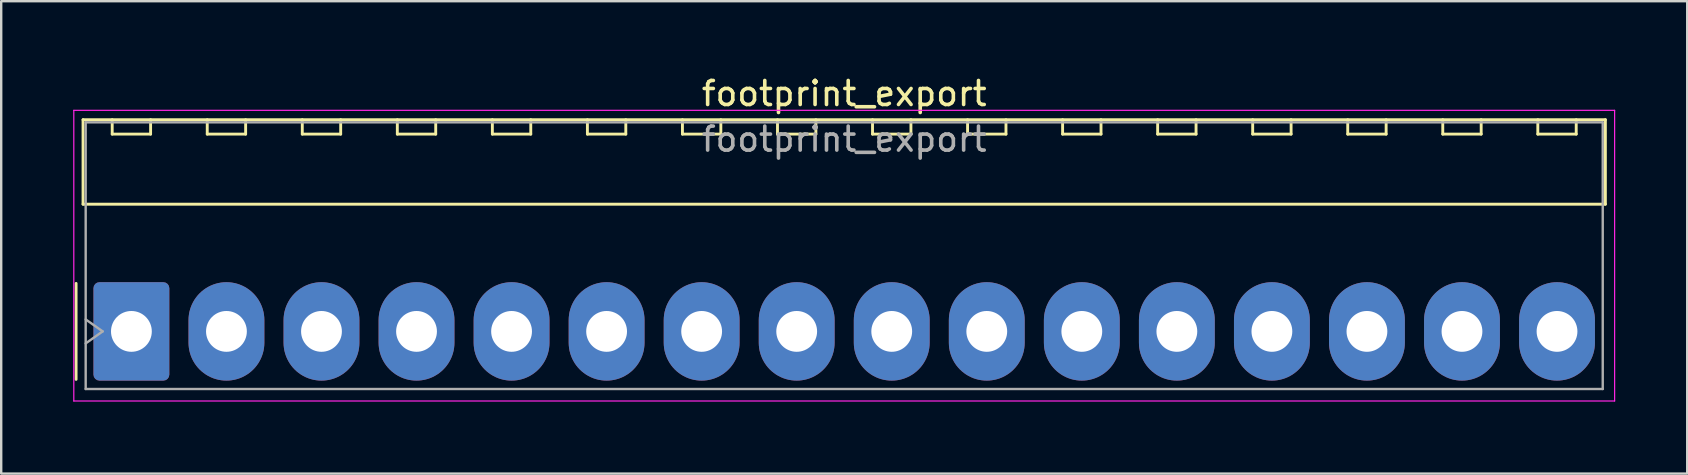
<source format=kicad_pcb>
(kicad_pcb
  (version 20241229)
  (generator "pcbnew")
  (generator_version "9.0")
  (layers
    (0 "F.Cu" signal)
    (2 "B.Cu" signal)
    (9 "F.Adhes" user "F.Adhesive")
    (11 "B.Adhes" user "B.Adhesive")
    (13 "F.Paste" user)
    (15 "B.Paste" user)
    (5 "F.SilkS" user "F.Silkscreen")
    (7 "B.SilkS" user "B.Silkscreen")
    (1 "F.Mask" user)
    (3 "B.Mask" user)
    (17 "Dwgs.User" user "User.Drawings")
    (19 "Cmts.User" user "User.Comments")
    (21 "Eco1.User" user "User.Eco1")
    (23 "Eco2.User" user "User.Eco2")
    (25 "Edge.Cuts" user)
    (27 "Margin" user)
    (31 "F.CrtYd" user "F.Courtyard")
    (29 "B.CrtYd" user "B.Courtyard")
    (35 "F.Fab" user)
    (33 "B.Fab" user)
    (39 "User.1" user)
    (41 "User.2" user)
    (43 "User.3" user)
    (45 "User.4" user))
  (footprint "footprint_export"
    (layer "F.Cu")
    (at 2.425 10.758)
    (property "Reference" "footprint_export" (at 29.7 -9.91 0) (layer "F.SilkS") (effects (font (size 1 1) (thickness 0.15))))
    (attr through_hole)
    (fp_line (start -2.305 -2) (end -2.305 2) (stroke (width 0.12) (type solid)) (layer "F.SilkS"))
    (fp_line (start -2.015 -8.82) (end 61.415 -8.82) (stroke (width 0.12) (type solid)) (layer "F.SilkS"))
    (fp_line (start -2.015 -5.3) (end -2.015 -8.82) (stroke (width 0.12) (type solid)) (layer "F.SilkS"))
    (fp_line (start -0.8 -8.82) (end -0.8 -8.22) (stroke (width 0.12) (type solid)) (layer "F.SilkS"))
    (fp_line (start -0.8 -8.22) (end 0.8 -8.22) (stroke (width 0.12) (type solid)) (layer "F.SilkS"))
    (fp_line (start 0.8 -8.22) (end 0.8 -8.82) (stroke (width 0.12) (type solid)) (layer "F.SilkS"))
    (fp_line (start 3.16 -8.82) (end 3.16 -8.22) (stroke (width 0.12) (type solid)) (layer "F.SilkS"))
    (fp_line (start 3.16 -8.22) (end 4.76 -8.22) (stroke (width 0.12) (type solid)) (layer "F.SilkS"))
    (fp_line (start 4.76 -8.22) (end 4.76 -8.82) (stroke (width 0.12) (type solid)) (layer "F.SilkS"))
    (fp_line (start 7.12 -8.82) (end 7.12 -8.22) (stroke (width 0.12) (type solid)) (layer "F.SilkS"))
    (fp_line (start 7.12 -8.22) (end 8.72 -8.22) (stroke (width 0.12) (type solid)) (layer "F.SilkS"))
    (fp_line (start 8.72 -8.22) (end 8.72 -8.82) (stroke (width 0.12) (type solid)) (layer "F.SilkS"))
    (fp_line (start 11.08 -8.82) (end 11.08 -8.22) (stroke (width 0.12) (type solid)) (layer "F.SilkS"))
    (fp_line (start 11.08 -8.22) (end 12.68 -8.22) (stroke (width 0.12) (type solid)) (layer "F.SilkS"))
    (fp_line (start 12.68 -8.22) (end 12.68 -8.82) (stroke (width 0.12) (type solid)) (layer "F.SilkS"))
    (fp_line (start 15.04 -8.82) (end 15.04 -8.22) (stroke (width 0.12) (type solid)) (layer "F.SilkS"))
    (fp_line (start 15.04 -8.22) (end 16.64 -8.22) (stroke (width 0.12) (type solid)) (layer "F.SilkS"))
    (fp_line (start 16.64 -8.22) (end 16.64 -8.82) (stroke (width 0.12) (type solid)) (layer "F.SilkS"))
    (fp_line (start 19 -8.82) (end 19 -8.22) (stroke (width 0.12) (type solid)) (layer "F.SilkS"))
    (fp_line (start 19 -8.22) (end 20.6 -8.22) (stroke (width 0.12) (type solid)) (layer "F.SilkS"))
    (fp_line (start 20.6 -8.22) (end 20.6 -8.82) (stroke (width 0.12) (type solid)) (layer "F.SilkS"))
    (fp_line (start 22.96 -8.82) (end 22.96 -8.22) (stroke (width 0.12) (type solid)) (layer "F.SilkS"))
    (fp_line (start 22.96 -8.22) (end 24.56 -8.22) (stroke (width 0.12) (type solid)) (layer "F.SilkS"))
    (fp_line (start 24.56 -8.22) (end 24.56 -8.82) (stroke (width 0.12) (type solid)) (layer "F.SilkS"))
    (fp_line (start 26.92 -8.82) (end 26.92 -8.22) (stroke (width 0.12) (type solid)) (layer "F.SilkS"))
    (fp_line (start 26.92 -8.22) (end 28.52 -8.22) (stroke (width 0.12) (type solid)) (layer "F.SilkS"))
    (fp_line (start 28.52 -8.22) (end 28.52 -8.82) (stroke (width 0.12) (type solid)) (layer "F.SilkS"))
    (fp_line (start 30.88 -8.82) (end 30.88 -8.22) (stroke (width 0.12) (type solid)) (layer "F.SilkS"))
    (fp_line (start 30.88 -8.22) (end 32.48 -8.22) (stroke (width 0.12) (type solid)) (layer "F.SilkS"))
    (fp_line (start 32.48 -8.22) (end 32.48 -8.82) (stroke (width 0.12) (type solid)) (layer "F.SilkS"))
    (fp_line (start 34.84 -8.82) (end 34.84 -8.22) (stroke (width 0.12) (type solid)) (layer "F.SilkS"))
    (fp_line (start 34.84 -8.22) (end 36.44 -8.22) (stroke (width 0.12) (type solid)) (layer "F.SilkS"))
    (fp_line (start 36.44 -8.22) (end 36.44 -8.82) (stroke (width 0.12) (type solid)) (layer "F.SilkS"))
    (fp_line (start 38.8 -8.82) (end 38.8 -8.22) (stroke (width 0.12) (type solid)) (layer "F.SilkS"))
    (fp_line (start 38.8 -8.22) (end 40.4 -8.22) (stroke (width 0.12) (type solid)) (layer "F.SilkS"))
    (fp_line (start 40.4 -8.22) (end 40.4 -8.82) (stroke (width 0.12) (type solid)) (layer "F.SilkS"))
    (fp_line (start 42.76 -8.82) (end 42.76 -8.22) (stroke (width 0.12) (type solid)) (layer "F.SilkS"))
    (fp_line (start 42.76 -8.22) (end 44.36 -8.22) (stroke (width 0.12) (type solid)) (layer "F.SilkS"))
    (fp_line (start 44.36 -8.22) (end 44.36 -8.82) (stroke (width 0.12) (type solid)) (layer "F.SilkS"))
    (fp_line (start 46.72 -8.82) (end 46.72 -8.22) (stroke (width 0.12) (type solid)) (layer "F.SilkS"))
    (fp_line (start 46.72 -8.22) (end 48.32 -8.22) (stroke (width 0.12) (type solid)) (layer "F.SilkS"))
    (fp_line (start 48.32 -8.22) (end 48.32 -8.82) (stroke (width 0.12) (type solid)) (layer "F.SilkS"))
    (fp_line (start 50.68 -8.82) (end 50.68 -8.22) (stroke (width 0.12) (type solid)) (layer "F.SilkS"))
    (fp_line (start 50.68 -8.22) (end 52.28 -8.22) (stroke (width 0.12) (type solid)) (layer "F.SilkS"))
    (fp_line (start 52.28 -8.22) (end 52.28 -8.82) (stroke (width 0.12) (type solid)) (layer "F.SilkS"))
    (fp_line (start 54.64 -8.82) (end 54.64 -8.22) (stroke (width 0.12) (type solid)) (layer "F.SilkS"))
    (fp_line (start 54.64 -8.22) (end 56.24 -8.22) (stroke (width 0.12) (type solid)) (layer "F.SilkS"))
    (fp_line (start 56.24 -8.22) (end 56.24 -8.82) (stroke (width 0.12) (type solid)) (layer "F.SilkS"))
    (fp_line (start 58.6 -8.82) (end 58.6 -8.22) (stroke (width 0.12) (type solid)) (layer "F.SilkS"))
    (fp_line (start 58.6 -8.22) (end 60.2 -8.22) (stroke (width 0.12) (type solid)) (layer "F.SilkS"))
    (fp_line (start 60.2 -8.22) (end 60.2 -8.82) (stroke (width 0.12) (type solid)) (layer "F.SilkS"))
    (fp_line (start 61.415 -8.82) (end 61.415 -5.3) (stroke (width 0.12) (type solid)) (layer "F.SilkS"))
    (fp_line (start 61.415 -5.3) (end -2.015 -5.3) (stroke (width 0.12) (type solid)) (layer "F.SilkS"))
    (fp_line (start -2.4 -9.21) (end -2.4 2.9) (stroke (width 0.05) (type solid)) (layer "F.CrtYd"))
    (fp_line (start -2.4 2.9) (end 61.8 2.9) (stroke (width 0.05) (type solid)) (layer "F.CrtYd"))
    (fp_line (start 61.8 -9.21) (end -2.4 -9.21) (stroke (width 0.05) (type solid)) (layer "F.CrtYd"))
    (fp_line (start 61.8 2.9) (end 61.8 -9.21) (stroke (width 0.05) (type solid)) (layer "F.CrtYd"))
    (fp_line (start -1.905 -8.71) (end 61.305 -8.71) (stroke (width 0.1) (type solid)) (layer "F.Fab"))
    (fp_line (start -1.905 -0.5) (end -1.198 0) (stroke (width 0.1) (type solid)) (layer "F.Fab"))
    (fp_line (start -1.905 2.4) (end -1.905 -8.71) (stroke (width 0.1) (type solid)) (layer "F.Fab"))
    (fp_line (start -1.198 0) (end -1.905 0.5) (stroke (width 0.1) (type solid)) (layer "F.Fab"))
    (fp_line (start 61.305 -8.71) (end 61.305 2.4) (stroke (width 0.1) (type solid)) (layer "F.Fab"))
    (fp_line (start 61.305 2.4) (end -1.905 2.4) (stroke (width 0.1) (type solid)) (layer "F.Fab"))
    (fp_text user "${REFERENCE}" (at 29.7 -8.01 0) (layer "F.Fab") (effects (font (size 1 1) (thickness 0.15))))
    (pad "1" thru_hole roundrect (at 0 0) (size 3.16 4.1) (drill 1.7) (layers "*.Cu" "*.Mask") (roundrect_rratio 0.079))
    (pad "2" thru_hole oval (at 3.96 0) (size 3.16 4.1) (drill 1.7) (layers "*.Cu" "*.Mask"))
    (pad "3" thru_hole oval (at 7.92 0) (size 3.16 4.1) (drill 1.7) (layers "*.Cu" "*.Mask"))
    (pad "4" thru_hole oval (at 11.88 0) (size 3.16 4.1) (drill 1.7) (layers "*.Cu" "*.Mask"))
    (pad "5" thru_hole oval (at 15.84 0) (size 3.16 4.1) (drill 1.7) (layers "*.Cu" "*.Mask"))
    (pad "6" thru_hole oval (at 19.8 0) (size 3.16 4.1) (drill 1.7) (layers "*.Cu" "*.Mask"))
    (pad "7" thru_hole oval (at 23.76 0) (size 3.16 4.1) (drill 1.7) (layers "*.Cu" "*.Mask"))
    (pad "8" thru_hole oval (at 27.72 0) (size 3.16 4.1) (drill 1.7) (layers "*.Cu" "*.Mask"))
    (pad "9" thru_hole oval (at 31.68 0) (size 3.16 4.1) (drill 1.7) (layers "*.Cu" "*.Mask"))
    (pad "10" thru_hole oval (at 35.64 0) (size 3.16 4.1) (drill 1.7) (layers "*.Cu" "*.Mask"))
    (pad "11" thru_hole oval (at 39.6 0) (size 3.16 4.1) (drill 1.7) (layers "*.Cu" "*.Mask"))
    (pad "12" thru_hole oval (at 43.56 0) (size 3.16 4.1) (drill 1.7) (layers "*.Cu" "*.Mask"))
    (pad "13" thru_hole oval (at 47.52 0) (size 3.16 4.1) (drill 1.7) (layers "*.Cu" "*.Mask"))
    (pad "14" thru_hole oval (at 51.48 0) (size 3.16 4.1) (drill 1.7) (layers "*.Cu" "*.Mask"))
    (pad "15" thru_hole oval (at 55.44 0) (size 3.16 4.1) (drill 1.7) (layers "*.Cu" "*.Mask"))
    (pad "16" thru_hole oval (at 59.4 0) (size 3.16 4.1) (drill 1.7) (layers "*.Cu" "*.Mask")))
  (gr_rect
    (start -3 -3)
    (end 67.25 16.683)
    (stroke (width 0.1) (type default))
    (fill no)
    (layer "Edge.Cuts")))
</source>
